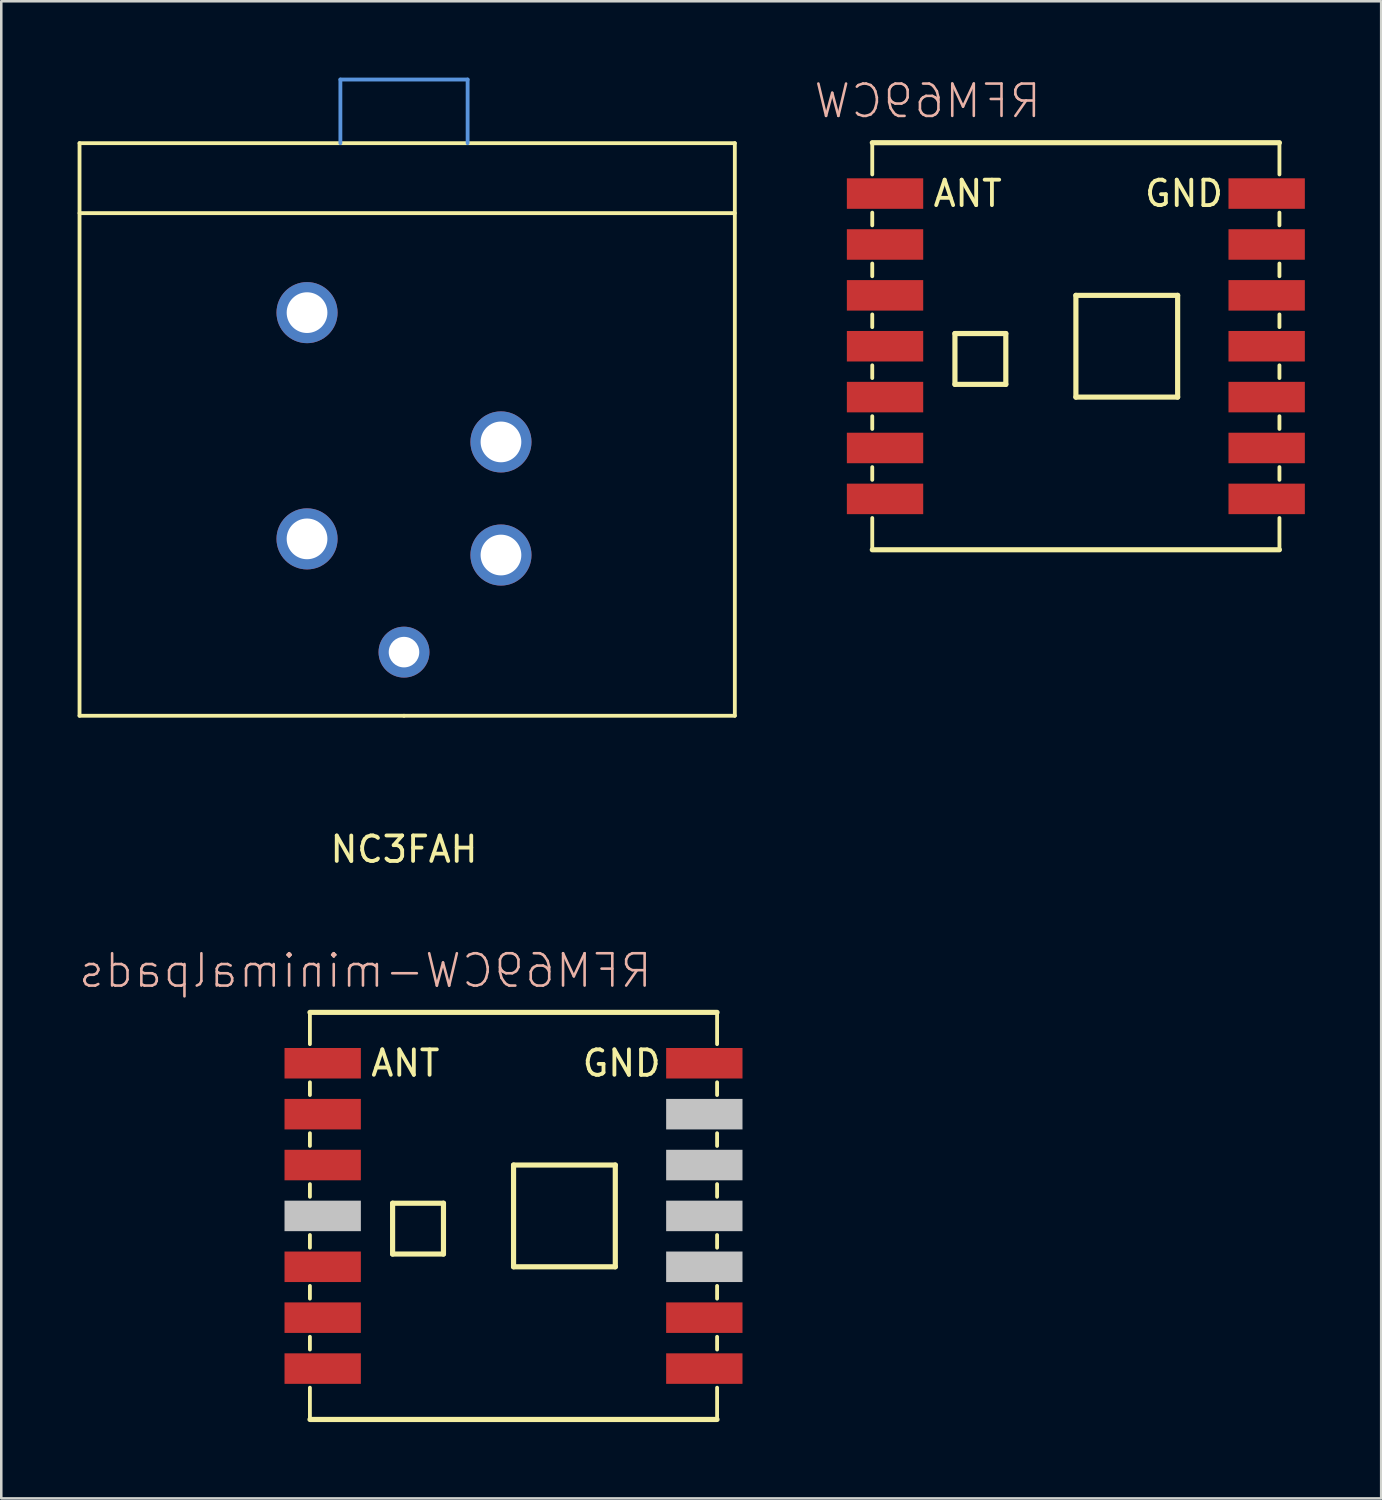
<source format=kicad_pcb>
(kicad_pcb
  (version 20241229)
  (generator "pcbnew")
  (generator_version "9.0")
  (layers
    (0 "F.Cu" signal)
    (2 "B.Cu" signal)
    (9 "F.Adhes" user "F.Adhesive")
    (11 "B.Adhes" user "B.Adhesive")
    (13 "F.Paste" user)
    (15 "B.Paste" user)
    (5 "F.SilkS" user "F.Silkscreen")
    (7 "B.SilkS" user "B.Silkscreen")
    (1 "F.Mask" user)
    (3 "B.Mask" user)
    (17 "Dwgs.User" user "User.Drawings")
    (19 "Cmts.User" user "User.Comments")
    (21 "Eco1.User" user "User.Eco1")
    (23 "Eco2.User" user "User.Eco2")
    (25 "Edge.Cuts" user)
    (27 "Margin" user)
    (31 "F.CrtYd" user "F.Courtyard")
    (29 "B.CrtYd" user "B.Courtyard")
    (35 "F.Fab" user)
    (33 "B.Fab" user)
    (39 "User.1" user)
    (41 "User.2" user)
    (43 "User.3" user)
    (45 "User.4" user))
  (footprint "NC3FAH"
    (layer "F.Cu")
    (at 12.825 22.575)
    (property "Reference" "NC3FAH" (at 0 7.75 0) (layer "F.SilkS") (effects (font (size 1 1) (thickness 0.15))))
    (attr through_hole)
    (fp_line (start -12.75 -20) (end 13 -20) (stroke (width 0.15) (type solid)) (layer "F.SilkS"))
    (fp_line (start -12.75 -17.25) (end 13 -17.25) (stroke (width 0.15) (type solid)) (layer "F.SilkS"))
    (fp_line (start -12.75 2.5) (end -12.75 -20) (stroke (width 0.15) (type solid)) (layer "F.SilkS"))
    (fp_line (start 0 2.5) (end -12.75 2.5) (stroke (width 0.15) (type solid)) (layer "F.SilkS"))
    (fp_line (start 0 2.5) (end 13 2.5) (stroke (width 0.15) (type solid)) (layer "F.SilkS"))
    (fp_line (start 13 2.5) (end 13 -20) (stroke (width 0.15) (type solid)) (layer "F.SilkS"))
    (fp_line (start -2.5 -22.5) (end 2.5 -22.5) (stroke (width 0.15) (type solid)) (layer "Cmts.User"))
    (fp_line (start -2.5 -20) (end -2.5 -22.5) (stroke (width 0.15) (type solid)) (layer "Cmts.User"))
    (fp_line (start 2.5 -22.5) (end 2.5 -20) (stroke (width 0.15) (type solid)) (layer "Cmts.User"))
    (pad "" thru_hole circle (at -3.81 -13.34) (size 2.4 2.4) (drill 1.6) (layers "*.Cu" "*.Mask"))
    (pad "" thru_hole circle (at 3.81 -8.26) (size 2.4 2.4) (drill 1.6) (layers "*.Cu" "*.Mask"))
    (pad "1" thru_hole circle (at -3.81 -4.45) (size 2.4 2.4) (drill 1.6) (layers "*.Cu" "*.Mask"))
    (pad "2" thru_hole circle (at 3.81 -3.815) (size 2.4 2.4) (drill 1.6) (layers "*.Cu" "*.Mask"))
    (pad "3" thru_hole circle (at 0 0) (size 2 2) (drill 1.2) (layers "*.Cu" "*.Mask")))
  (footprint "RFM69CW-minimalpads"
    (placed yes)
    (layer "F.Cu")
    (at 17.128 44.729)
    (property "Reference" "RFM69CW-minimalpads" (at -5.824 -9.634 0) (layer "B.SilkS") (effects (font (size 1.27 1.27) (thickness 0.102)) (justify mirror)))
    (attr smd)
    (fp_line (start -8 -6.75) (end -8 -8) (stroke (width 0.15) (type solid)) (layer "F.SilkS"))
    (fp_line (start -8 -4.75) (end -8 -5.25) (stroke (width 0.15) (type solid)) (layer "F.SilkS"))
    (fp_line (start -8 -2.75) (end -8 -3.25) (stroke (width 0.15) (type solid)) (layer "F.SilkS"))
    (fp_line (start -8 -0.75) (end -8 -1.25) (stroke (width 0.15) (type solid)) (layer "F.SilkS"))
    (fp_line (start -8 1.25) (end -8 0.75) (stroke (width 0.15) (type solid)) (layer "F.SilkS"))
    (fp_line (start -8 3.25) (end -8 2.75) (stroke (width 0.15) (type solid)) (layer "F.SilkS"))
    (fp_line (start -8 5.25) (end -8 4.75) (stroke (width 0.15) (type solid)) (layer "F.SilkS"))
    (fp_line (start -8 8) (end -8 6.75) (stroke (width 0.15) (type solid)) (layer "F.SilkS"))
    (fp_line (start -7.998 -7.998) (end 7.998 -7.998) (stroke (width 0.203) (type solid)) (layer "F.SilkS"))
    (fp_line (start -4.751 1.498) (end -4.751 -0.499) (stroke (width 0.203) (type solid)) (layer "F.SilkS"))
    (fp_line (start -2.752 -0.499) (end -4.751 -0.499) (stroke (width 0.203) (type solid)) (layer "F.SilkS"))
    (fp_line (start -2.752 1.498) (end -4.751 1.498) (stroke (width 0.203) (type solid)) (layer "F.SilkS"))
    (fp_line (start -2.752 1.498) (end -2.752 -0.499) (stroke (width 0.203) (type solid)) (layer "F.SilkS"))
    (fp_line (start 0.002 -1.999) (end 0.002 1.999) (stroke (width 0.203) (type solid)) (layer "F.SilkS"))
    (fp_line (start 0.002 1.999) (end 4 1.999) (stroke (width 0.203) (type solid)) (layer "F.SilkS"))
    (fp_line (start 4 -1.999) (end 0.002 -1.999) (stroke (width 0.203) (type solid)) (layer "F.SilkS"))
    (fp_line (start 4 1.999) (end 4 -1.999) (stroke (width 0.203) (type solid)) (layer "F.SilkS"))
    (fp_line (start 7.998 7.998) (end -7.998 7.998) (stroke (width 0.203) (type solid)) (layer "F.SilkS"))
    (fp_line (start 8 -8) (end 8 -6.75) (stroke (width 0.15) (type solid)) (layer "F.SilkS"))
    (fp_line (start 8 -5.25) (end 8 -4.75) (stroke (width 0.15) (type solid)) (layer "F.SilkS"))
    (fp_line (start 8 -3.25) (end 8 -2.75) (stroke (width 0.15) (type solid)) (layer "F.SilkS"))
    (fp_line (start 8 -1.25) (end 8 -0.75) (stroke (width 0.15) (type solid)) (layer "F.SilkS"))
    (fp_line (start 8 0.75) (end 8 1.25) (stroke (width 0.15) (type solid)) (layer "F.SilkS"))
    (fp_line (start 8 2.75) (end 8 3.25) (stroke (width 0.15) (type solid)) (layer "F.SilkS"))
    (fp_line (start 8 4.75) (end 8 5.25) (stroke (width 0.15) (type solid)) (layer "F.SilkS"))
    (fp_line (start 8 6.75) (end 8 8) (stroke (width 0.15) (type solid)) (layer "F.SilkS"))
    (fp_text user "GND" (at 4.25 -6 0) (layer "F.SilkS") (effects (font (size 1 1) (thickness 0.15))))
    (fp_text user "ANT" (at -4.25 -6 0) (layer "F.SilkS") (effects (font (size 1 1) (thickness 0.15))))
    (pad "" smd rect (at -7.498 0) (size 3 1.199) (layers "Dwgs.User"))
    (pad "" smd rect (at 7.498 -3.998) (size 3 1.199) (layers "Dwgs.User"))
    (pad "" smd rect (at 7.498 -1.999) (size 3 1.199) (layers "Dwgs.User"))
    (pad "" smd rect (at 7.498 0) (size 3 1.199) (layers "Dwgs.User"))
    (pad "" smd rect (at 7.498 1.999) (size 3 1.199) (layers "Dwgs.User"))
    (pad "1" smd rect (at -7.498 -5.999) (size 3 1.199) (layers "F.Cu" "F.Mask" "F.Paste"))
    (pad "2" smd rect (at -7.498 -3.998) (size 3 1.199) (layers "F.Cu" "F.Mask" "F.Paste"))
    (pad "3" smd rect (at -7.498 -1.999) (size 3 1.199) (layers "F.Cu" "F.Mask" "F.Paste"))
    (pad "5" smd rect (at -7.498 1.999) (size 3 1.199) (layers "F.Cu" "F.Mask" "F.Paste"))
    (pad "6" smd rect (at -7.498 3.998) (size 3 1.199) (layers "F.Cu" "F.Mask" "F.Paste"))
    (pad "7" smd rect (at -7.498 5.999) (size 3 1.199) (layers "F.Cu" "F.Mask" "F.Paste"))
    (pad "8" smd rect (at 7.498 5.999) (size 3 1.199) (layers "F.Cu" "F.Mask" "F.Paste"))
    (pad "9" smd rect (at 7.498 3.998) (size 3 1.199) (layers "F.Cu" "F.Mask" "F.Paste"))
    (pad "14" smd rect (at 7.498 -5.999) (size 3 1.199) (layers "F.Cu" "F.Mask" "F.Paste")))
  (footprint "RFM69CW"
    (placed yes)
    (layer "F.Cu")
    (at 39.225 10.555)
    (property "Reference" "RFM69CW" (at -5.824 -9.634 0) (layer "B.SilkS") (effects (font (size 1.27 1.27) (thickness 0.102)) (justify mirror)))
    (attr smd)
    (fp_line (start -8 -6.75) (end -8 -8) (stroke (width 0.15) (type solid)) (layer "F.SilkS"))
    (fp_line (start -8 -4.75) (end -8 -5.25) (stroke (width 0.15) (type solid)) (layer "F.SilkS"))
    (fp_line (start -8 -2.75) (end -8 -3.25) (stroke (width 0.15) (type solid)) (layer "F.SilkS"))
    (fp_line (start -8 -0.75) (end -8 -1.25) (stroke (width 0.15) (type solid)) (layer "F.SilkS"))
    (fp_line (start -8 1.25) (end -8 0.75) (stroke (width 0.15) (type solid)) (layer "F.SilkS"))
    (fp_line (start -8 3.25) (end -8 2.75) (stroke (width 0.15) (type solid)) (layer "F.SilkS"))
    (fp_line (start -8 5.25) (end -8 4.75) (stroke (width 0.15) (type solid)) (layer "F.SilkS"))
    (fp_line (start -8 8) (end -8 6.75) (stroke (width 0.15) (type solid)) (layer "F.SilkS"))
    (fp_line (start -7.998 -7.998) (end 7.998 -7.998) (stroke (width 0.203) (type solid)) (layer "F.SilkS"))
    (fp_line (start -4.751 1.498) (end -4.751 -0.499) (stroke (width 0.203) (type solid)) (layer "F.SilkS"))
    (fp_line (start -2.752 -0.499) (end -4.751 -0.499) (stroke (width 0.203) (type solid)) (layer "F.SilkS"))
    (fp_line (start -2.752 1.498) (end -4.751 1.498) (stroke (width 0.203) (type solid)) (layer "F.SilkS"))
    (fp_line (start -2.752 1.498) (end -2.752 -0.499) (stroke (width 0.203) (type solid)) (layer "F.SilkS"))
    (fp_line (start 0.002 -1.999) (end 0.002 1.999) (stroke (width 0.203) (type solid)) (layer "F.SilkS"))
    (fp_line (start 0.002 1.999) (end 4 1.999) (stroke (width 0.203) (type solid)) (layer "F.SilkS"))
    (fp_line (start 4 -1.999) (end 0.002 -1.999) (stroke (width 0.203) (type solid)) (layer "F.SilkS"))
    (fp_line (start 4 1.999) (end 4 -1.999) (stroke (width 0.203) (type solid)) (layer "F.SilkS"))
    (fp_line (start 7.998 7.998) (end -7.998 7.998) (stroke (width 0.203) (type solid)) (layer "F.SilkS"))
    (fp_line (start 8 -8) (end 8 -6.75) (stroke (width 0.15) (type solid)) (layer "F.SilkS"))
    (fp_line (start 8 -5.25) (end 8 -4.75) (stroke (width 0.15) (type solid)) (layer "F.SilkS"))
    (fp_line (start 8 -3.25) (end 8 -2.75) (stroke (width 0.15) (type solid)) (layer "F.SilkS"))
    (fp_line (start 8 -1.25) (end 8 -0.75) (stroke (width 0.15) (type solid)) (layer "F.SilkS"))
    (fp_line (start 8 0.75) (end 8 1.25) (stroke (width 0.15) (type solid)) (layer "F.SilkS"))
    (fp_line (start 8 2.75) (end 8 3.25) (stroke (width 0.15) (type solid)) (layer "F.SilkS"))
    (fp_line (start 8 4.75) (end 8 5.25) (stroke (width 0.15) (type solid)) (layer "F.SilkS"))
    (fp_line (start 8 6.75) (end 8 8) (stroke (width 0.15) (type solid)) (layer "F.SilkS"))
    (fp_text user "GND" (at 4.25 -6 0) (layer "F.SilkS") (effects (font (size 1 1) (thickness 0.15))))
    (fp_text user "ANT" (at -4.25 -6 0) (layer "F.SilkS") (effects (font (size 1 1) (thickness 0.15))))
    (pad "1" smd rect (at -7.498 -5.999) (size 3 1.199) (layers "F.Cu" "F.Mask" "F.Paste"))
    (pad "2" smd rect (at -7.498 -3.998) (size 3 1.199) (layers "F.Cu" "F.Mask" "F.Paste"))
    (pad "3" smd rect (at -7.498 -1.999) (size 3 1.199) (layers "F.Cu" "F.Mask" "F.Paste"))
    (pad "4" smd rect (at -7.498 0) (size 3 1.199) (layers "F.Cu" "F.Mask" "F.Paste"))
    (pad "5" smd rect (at -7.498 1.999) (size 3 1.199) (layers "F.Cu" "F.Mask" "F.Paste"))
    (pad "6" smd rect (at -7.498 3.998) (size 3 1.199) (layers "F.Cu" "F.Mask" "F.Paste"))
    (pad "7" smd rect (at -7.498 5.999) (size 3 1.199) (layers "F.Cu" "F.Mask" "F.Paste"))
    (pad "8" smd rect (at 7.498 5.999) (size 3 1.199) (layers "F.Cu" "F.Mask" "F.Paste"))
    (pad "9" smd rect (at 7.498 3.998) (size 3 1.199) (layers "F.Cu" "F.Mask" "F.Paste"))
    (pad "10" smd rect (at 7.498 1.999) (size 3 1.199) (layers "F.Cu" "F.Mask" "F.Paste"))
    (pad "11" smd rect (at 7.498 0) (size 3 1.199) (layers "F.Cu" "F.Mask" "F.Paste"))
    (pad "12" smd rect (at 7.498 -1.999) (size 3 1.199) (layers "F.Cu" "F.Mask" "F.Paste"))
    (pad "13" smd rect (at 7.498 -3.998) (size 3 1.199) (layers "F.Cu" "F.Mask" "F.Paste"))
    (pad "14" smd rect (at 7.498 -5.999) (size 3 1.199) (layers "F.Cu" "F.Mask" "F.Paste")))
  (gr_rect
    (start -3 -3)
    (end 51.223 55.829)
    (stroke (width 0.1) (type default))
    (fill no)
    (layer "Edge.Cuts")))
</source>
